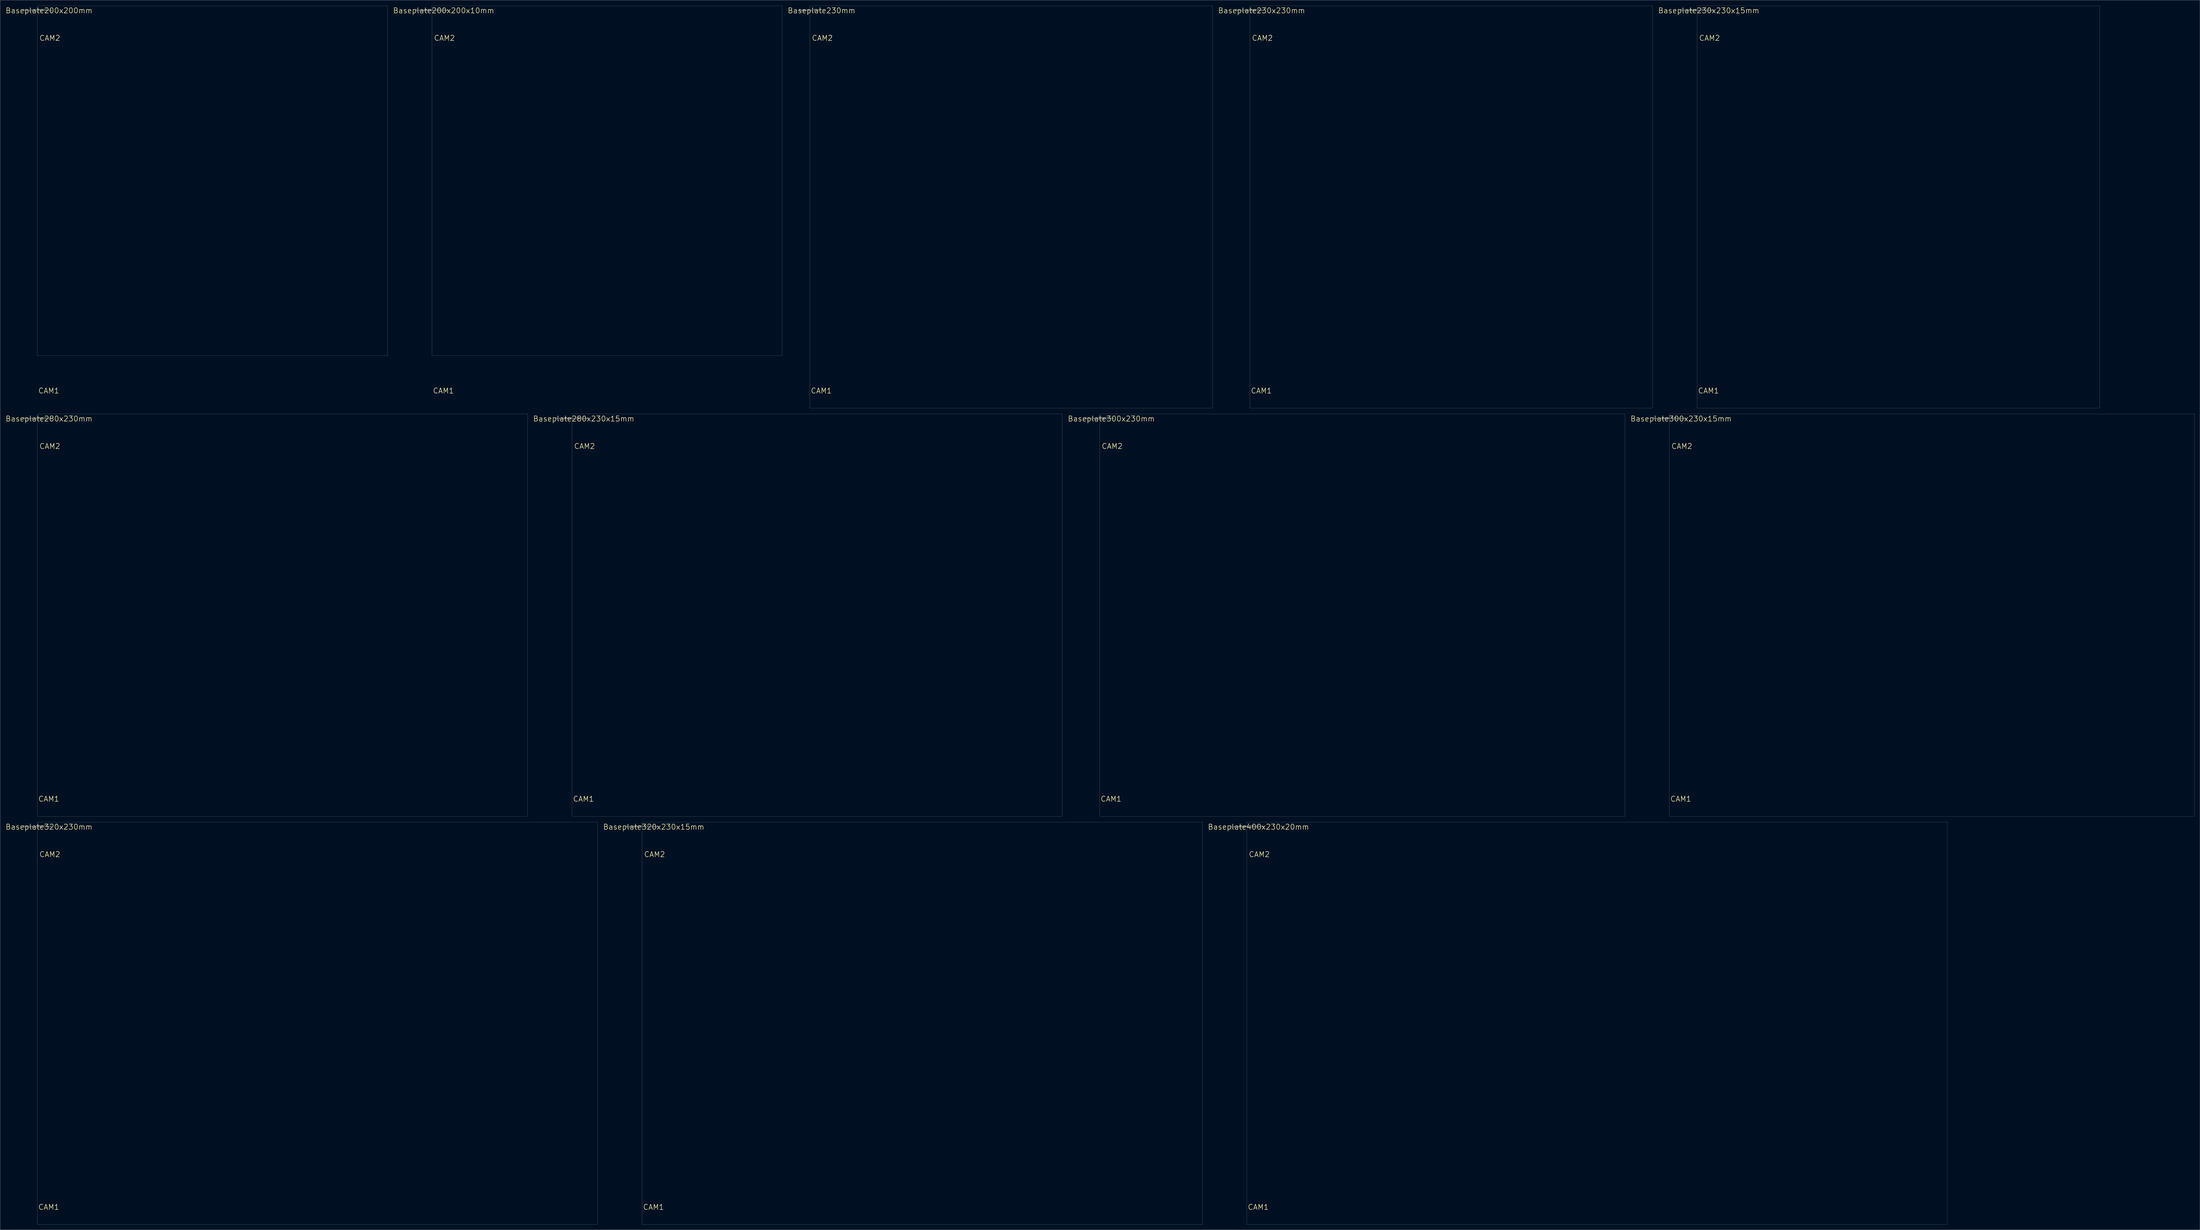
<source format=kicad_pcb>
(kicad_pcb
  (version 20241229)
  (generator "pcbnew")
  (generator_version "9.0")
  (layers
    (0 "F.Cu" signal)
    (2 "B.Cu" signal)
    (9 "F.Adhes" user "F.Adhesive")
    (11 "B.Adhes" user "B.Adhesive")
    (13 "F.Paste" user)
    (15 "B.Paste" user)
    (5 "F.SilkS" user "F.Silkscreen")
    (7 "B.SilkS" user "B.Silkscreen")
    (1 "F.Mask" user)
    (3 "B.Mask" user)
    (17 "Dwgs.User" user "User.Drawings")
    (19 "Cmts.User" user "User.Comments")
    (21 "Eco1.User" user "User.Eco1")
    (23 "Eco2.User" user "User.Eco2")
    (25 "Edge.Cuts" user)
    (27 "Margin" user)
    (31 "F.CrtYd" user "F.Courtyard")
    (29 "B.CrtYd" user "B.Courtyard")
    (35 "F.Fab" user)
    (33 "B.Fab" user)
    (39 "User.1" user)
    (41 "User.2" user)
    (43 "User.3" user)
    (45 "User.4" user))
  (footprint "Baseplate300x230mm"
    (layer "F.Cu")
    (at 625.029 233.55)
    (property "Reference" "Baseplate300x230mm" (at 6.65 2.75 0) (unlocked yes) (layer "F.SilkS") (effects (font (size 3 3) (thickness 0.3))))
    (attr smd allow_missing_courtyard)
    (fp_rect (start 0 0) (end 300 230) (stroke (width 0.1) (type solid)) (fill yes) (layer "F.Mask"))
    (fp_rect (start 0 0) (end 300 230) (stroke (width 0.05) (type default)) (fill no) (layer "Edge.Cuts"))
    (fp_text user "CAM2" (at 1 20.2 0) (unlocked yes) (layer "F.SilkS") (effects (font (size 3 3) (thickness 0.3)) (justify left bottom)))
    (fp_text user "CAM1" (at 0.4 221.8 0) (unlocked yes) (layer "F.SilkS") (effects (font (size 3 3) (thickness 0.3)) (justify left bottom)))
    (fp_text user "${REFERENCE}" (at 0 2.5 0) (unlocked yes) (layer "F.Fab") (effects (font (size 1 1) (thickness 0.15)))))
  (footprint "Baseplate200x200mm"
    (layer "F.Cu")
    (at 18.286 0.25)
    (property "Reference" "Baseplate200x200mm" (at 6.65 2.75 0) (unlocked yes) (layer "F.SilkS") (effects (font (size 3 3) (thickness 0.3))))
    (attr smd allow_missing_courtyard)
    (fp_rect (start 0 0) (end 200 200) (stroke (width 0.1) (type solid)) (fill yes) (layer "F.Mask"))
    (fp_rect (start 0 0) (end 200 200) (stroke (width 0.05) (type default)) (fill no) (layer "Edge.Cuts"))
    (fp_text user "CAM2" (at 1 20.2 0) (unlocked yes) (layer "F.SilkS") (effects (font (size 3 3) (thickness 0.3)) (justify left bottom)))
    (fp_text user "CAM1" (at 0.4 221.8 0) (unlocked yes) (layer "F.SilkS") (effects (font (size 3 3) (thickness 0.3)) (justify left bottom)))
    (fp_text user "${REFERENCE}" (at 0 2.5 0) (unlocked yes) (layer "F.Fab") (effects (font (size 1 1) (thickness 0.15)))))
  (footprint "Baseplate320x230mm"
    (layer "F.Cu")
    (at 18.286 466.85)
    (property "Reference" "Baseplate320x230mm" (at 6.65 2.75 0) (unlocked yes) (layer "F.SilkS") (effects (font (size 3 3) (thickness 0.3))))
    (attr smd allow_missing_courtyard)
    (fp_rect (start 0 0) (end 320 230) (stroke (width 0.1) (type solid)) (fill yes) (layer "F.Mask"))
    (fp_rect (start 0 0) (end 320 230) (stroke (width 0.05) (type default)) (fill no) (layer "Edge.Cuts"))
    (fp_text user "CAM2" (at 1 20.2 0) (unlocked yes) (layer "F.SilkS") (effects (font (size 3 3) (thickness 0.3)) (justify left bottom)))
    (fp_text user "CAM1" (at 0.4 221.8 0) (unlocked yes) (layer "F.SilkS") (effects (font (size 3 3) (thickness 0.3)) (justify left bottom)))
    (fp_text user "${REFERENCE}" (at 0 2.5 0) (unlocked yes) (layer "F.Fab") (effects (font (size 1 1) (thickness 0.15)))))
  (footprint "Baseplate320x230x15mm"
    (layer "F.Cu")
    (at 363.693 466.85)
    (property "Reference" "Baseplate320x230x15mm" (at 6.65 2.75 0) (unlocked yes) (layer "F.SilkS") (effects (font (size 3 3) (thickness 0.3))))
    (attr smd allow_missing_courtyard)
    (fp_rect (start 0 0) (end 320 230) (stroke (width 0.1) (type solid)) (fill yes) (layer "F.Mask"))
    (fp_rect (start 0 0) (end 320 230) (stroke (width 0.05) (type default)) (fill no) (layer "Edge.Cuts"))
    (fp_text user "CAM2" (at 1 20.2 0) (unlocked yes) (layer "F.SilkS") (effects (font (size 3 3) (thickness 0.3)) (justify left bottom)))
    (fp_text user "CAM1" (at 0.4 221.8 0) (unlocked yes) (layer "F.SilkS") (effects (font (size 3 3) (thickness 0.3)) (justify left bottom)))
    (fp_text user "${REFERENCE}" (at 0 2.5 0) (unlocked yes) (layer "F.Fab") (effects (font (size 1 1) (thickness 0.15)))))
  (footprint "Baseplate230mm"
    (layer "F.Cu")
    (at 459.529 0.25)
    (property "Reference" "Baseplate230mm" (at 6.65 2.75 0) (unlocked yes) (layer "F.SilkS") (effects (font (size 3 3) (thickness 0.3))))
    (attr smd allow_missing_courtyard)
    (fp_rect (start 0 0) (end 230 230) (stroke (width 0.1) (type solid)) (fill yes) (layer "F.Mask"))
    (fp_rect (start 0 0) (end 230 230) (stroke (width 0.05) (type default)) (fill no) (layer "Edge.Cuts"))
    (fp_text user "CAM1" (at 0.4 221.8 0) (unlocked yes) (layer "F.SilkS") (effects (font (size 3 3) (thickness 0.3)) (justify left bottom)))
    (fp_text user "CAM2" (at 1 20.2 0) (unlocked yes) (layer "F.SilkS") (effects (font (size 3 3) (thickness 0.3)) (justify left bottom)))
    (fp_text user "${REFERENCE}" (at 0 2.5 0) (unlocked yes) (layer "F.Fab") (effects (font (size 1 1) (thickness 0.15)))))
  (footprint "Baseplate400x230x20mm"
    (layer "F.Cu")
    (at 709.1 466.85)
    (property "Reference" "Baseplate400x230x20mm" (at 6.65 2.75 0) (unlocked yes) (layer "F.SilkS") (effects (font (size 3 3) (thickness 0.3))))
    (attr smd allow_missing_courtyard)
    (fp_rect (start 0 0) (end 400 230) (stroke (width 0.1) (type solid)) (fill yes) (layer "F.Mask"))
    (fp_rect (start 0 0) (end 400 230) (stroke (width 0.05) (type default)) (fill no) (layer "Edge.Cuts"))
    (fp_text user "CAM2" (at 1 20.2 0) (unlocked yes) (layer "F.SilkS") (effects (font (size 3 3) (thickness 0.3)) (justify left bottom)))
    (fp_text user "CAM1" (at 0.4 221.8 0) (unlocked yes) (layer "F.SilkS") (effects (font (size 3 3) (thickness 0.3)) (justify left bottom)))
    (fp_text user "${REFERENCE}" (at 0 2.5 0) (unlocked yes) (layer "F.Fab") (effects (font (size 1 1) (thickness 0.15)))))
  (footprint "Baseplate230x230mm"
    (layer "F.Cu")
    (at 710.864 0.25)
    (property "Reference" "Baseplate230x230mm" (at 6.65 2.75 0) (unlocked yes) (layer "F.SilkS") (effects (font (size 3 3) (thickness 0.3))))
    (attr smd allow_missing_courtyard)
    (fp_rect (start 0 0) (end 230 230) (stroke (width 0.1) (type solid)) (fill yes) (layer "F.Mask"))
    (fp_rect (start 0 0) (end 230 230) (stroke (width 0.05) (type default)) (fill no) (layer "Edge.Cuts"))
    (fp_text user "CAM1" (at 0.4 221.8 0) (unlocked yes) (layer "F.SilkS") (effects (font (size 3 3) (thickness 0.3)) (justify left bottom)))
    (fp_text user "CAM2" (at 1 20.2 0) (unlocked yes) (layer "F.SilkS") (effects (font (size 3 3) (thickness 0.3)) (justify left bottom)))
    (fp_text user "${REFERENCE}" (at 0 2.5 0) (unlocked yes) (layer "F.Fab") (effects (font (size 1 1) (thickness 0.15)))))
  (footprint "Baseplate280x230mm"
    (layer "F.Cu")
    (at 18.286 233.55)
    (property "Reference" "Baseplate280x230mm" (at 6.65 2.75 0) (unlocked yes) (layer "F.SilkS") (effects (font (size 3 3) (thickness 0.3))))
    (attr smd allow_missing_courtyard)
    (fp_rect (start 0 0) (end 280 230) (stroke (width 0.1) (type solid)) (fill yes) (layer "F.Mask"))
    (fp_rect (start 0 0) (end 280 230) (stroke (width 0.05) (type default)) (fill no) (layer "Edge.Cuts"))
    (fp_text user "CAM1" (at 0.4 221.8 0) (unlocked yes) (layer "F.SilkS") (effects (font (size 3 3) (thickness 0.3)) (justify left bottom)))
    (fp_text user "CAM2" (at 1 20.2 0) (unlocked yes) (layer "F.SilkS") (effects (font (size 3 3) (thickness 0.3)) (justify left bottom)))
    (fp_text user "${REFERENCE}" (at 0 2.5 0) (unlocked yes) (layer "F.Fab") (effects (font (size 1 1) (thickness 0.15)))))
  (footprint "Baseplate230x230x15mm"
    (layer "F.Cu")
    (at 966.271 0.25)
    (property "Reference" "Baseplate230x230x15mm" (at 6.65 2.75 0) (unlocked yes) (layer "F.SilkS") (effects (font (size 3 3) (thickness 0.3))))
    (attr smd allow_missing_courtyard)
    (fp_rect (start 0 0) (end 230 230) (stroke (width 0.1) (type solid)) (fill yes) (layer "F.Mask"))
    (fp_rect (start 0 0) (end 230 230) (stroke (width 0.05) (type default)) (fill no) (layer "Edge.Cuts"))
    (fp_text user "CAM2" (at 1 20.2 0) (unlocked yes) (layer "F.SilkS") (effects (font (size 3 3) (thickness 0.3)) (justify left bottom)))
    (fp_text user "CAM1" (at 0.4 221.8 0) (unlocked yes) (layer "F.SilkS") (effects (font (size 3 3) (thickness 0.3)) (justify left bottom)))
    (fp_text user "${REFERENCE}" (at 0 2.5 0) (unlocked yes) (layer "F.Fab") (effects (font (size 1 1) (thickness 0.15)))))
  (footprint "Baseplate200x200x10mm"
    (layer "F.Cu")
    (at 243.693 0.25)
    (property "Reference" "Baseplate200x200x10mm" (at 6.65 2.75 0) (unlocked yes) (layer "F.SilkS") (effects (font (size 3 3) (thickness 0.3))))
    (attr smd allow_missing_courtyard)
    (fp_rect (start 0 0) (end 200 200) (stroke (width 0.1) (type solid)) (fill yes) (layer "F.Mask"))
    (fp_rect (start 0 0) (end 200 200) (stroke (width 0.05) (type default)) (fill no) (layer "Edge.Cuts"))
    (fp_text user "CAM2" (at 1 20.2 0) (unlocked yes) (layer "F.SilkS") (effects (font (size 3 3) (thickness 0.3)) (justify left bottom)))
    (fp_text user "CAM1" (at 0.4 221.8 0) (unlocked yes) (layer "F.SilkS") (effects (font (size 3 3) (thickness 0.3)) (justify left bottom)))
    (fp_text user "${REFERENCE}" (at 0 2.5 0) (unlocked yes) (layer "F.Fab") (effects (font (size 1 1) (thickness 0.15)))))
  (footprint "Baseplate300x230x15mm"
    (layer "F.Cu")
    (at 950.436 233.55)
    (property "Reference" "Baseplate300x230x15mm" (at 6.65 2.75 0) (unlocked yes) (layer "F.SilkS") (effects (font (size 3 3) (thickness 0.3))))
    (attr smd allow_missing_courtyard)
    (fp_rect (start 0 0) (end 300 230) (stroke (width 0.1) (type solid)) (fill yes) (layer "F.Mask"))
    (fp_rect (start 0 0) (end 300 230) (stroke (width 0.05) (type default)) (fill no) (layer "Edge.Cuts"))
    (fp_text user "CAM1" (at 0.4 221.8 0) (unlocked yes) (layer "F.SilkS") (effects (font (size 3 3) (thickness 0.3)) (justify left bottom)))
    (fp_text user "CAM2" (at 1 20.2 0) (unlocked yes) (layer "F.SilkS") (effects (font (size 3 3) (thickness 0.3)) (justify left bottom)))
    (fp_text user "${REFERENCE}" (at 0 2.5 0) (unlocked yes) (layer "F.Fab") (effects (font (size 1 1) (thickness 0.15)))))
  (footprint "Baseplate280x230x15mm"
    (layer "F.Cu")
    (at 323.693 233.55)
    (property "Reference" "Baseplate280x230x15mm" (at 6.65 2.75 0) (unlocked yes) (layer "F.SilkS") (effects (font (size 3 3) (thickness 0.3))))
    (attr smd allow_missing_courtyard)
    (fp_rect (start 0 0) (end 280 230) (stroke (width 0.1) (type solid)) (fill yes) (layer "F.Mask"))
    (fp_rect (start 0 0) (end 280 230) (stroke (width 0.05) (type default)) (fill no) (layer "Edge.Cuts"))
    (fp_text user "CAM2" (at 1 20.2 0) (unlocked yes) (layer "F.SilkS") (effects (font (size 3 3) (thickness 0.3)) (justify left bottom)))
    (fp_text user "CAM1" (at 0.4 221.8 0) (unlocked yes) (layer "F.SilkS") (effects (font (size 3 3) (thickness 0.3)) (justify left bottom)))
    (fp_text user "${REFERENCE}" (at 0 2.5 0) (unlocked yes) (layer "F.Fab") (effects (font (size 1 1) (thickness 0.15)))))
  (gr_rect
    (start -3 -3)
    (end 1253.486 699.9)
    (stroke (width 0.1) (type default))
    (fill no)
    (layer "Edge.Cuts")))
</source>
